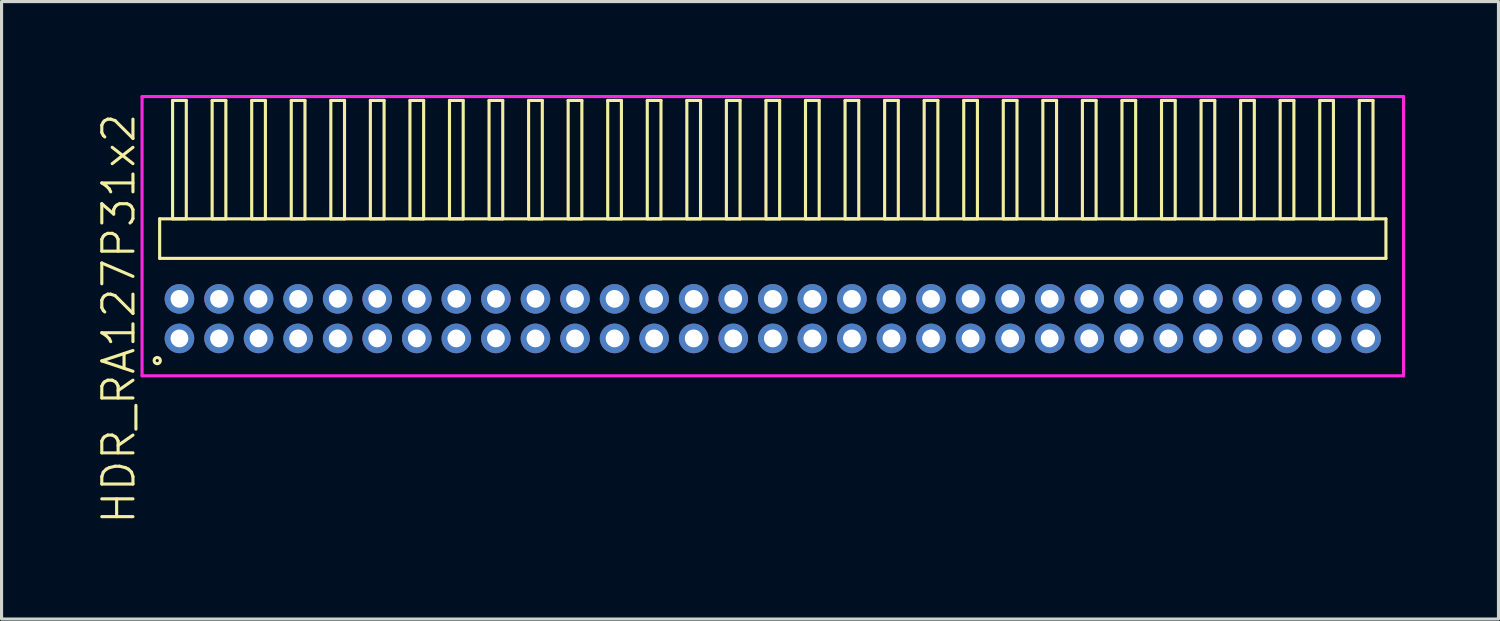
<source format=kicad_pcb>
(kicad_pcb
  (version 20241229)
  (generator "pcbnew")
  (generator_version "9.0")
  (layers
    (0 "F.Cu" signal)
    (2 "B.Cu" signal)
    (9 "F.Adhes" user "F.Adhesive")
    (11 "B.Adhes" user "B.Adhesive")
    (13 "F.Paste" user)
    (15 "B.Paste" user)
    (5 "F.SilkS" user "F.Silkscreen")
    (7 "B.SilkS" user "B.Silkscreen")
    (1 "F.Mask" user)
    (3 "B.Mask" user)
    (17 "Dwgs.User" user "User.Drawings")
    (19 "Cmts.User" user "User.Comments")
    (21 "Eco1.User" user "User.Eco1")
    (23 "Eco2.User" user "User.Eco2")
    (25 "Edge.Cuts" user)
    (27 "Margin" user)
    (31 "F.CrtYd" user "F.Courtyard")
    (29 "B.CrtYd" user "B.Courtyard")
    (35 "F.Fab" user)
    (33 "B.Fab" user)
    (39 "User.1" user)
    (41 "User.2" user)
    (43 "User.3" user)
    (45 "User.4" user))
  (footprint "HDR_RA127P31x2"
    (layer "F.Cu")
    (at 21.761 7.18)
    (property "Reference" "HDR_RA127P31x2" (at -21 0 90) (layer "F.SilkS") (effects (font (size 1 1) (thickness 0.1))))
    (attr through_hole)
    (fp_line (start -19.685 -3.205) (end -19.685 -1.935) (stroke (width 0.1) (type solid)) (layer "F.SilkS"))
    (fp_line (start -19.685 -1.935) (end 19.685 -1.935) (stroke (width 0.1) (type solid)) (layer "F.SilkS"))
    (fp_line (start -19.27 -7.005) (end -19.27 -3.205) (stroke (width 0.1) (type solid)) (layer "F.SilkS"))
    (fp_line (start -19.27 -3.205) (end -18.83 -3.205) (stroke (width 0.1) (type solid)) (layer "F.SilkS"))
    (fp_line (start -18.83 -7.005) (end -19.27 -7.005) (stroke (width 0.1) (type solid)) (layer "F.SilkS"))
    (fp_line (start -18.83 -3.205) (end -18.83 -7.005) (stroke (width 0.1) (type solid)) (layer "F.SilkS"))
    (fp_line (start -18 -7.005) (end -18 -3.205) (stroke (width 0.1) (type solid)) (layer "F.SilkS"))
    (fp_line (start -18 -3.205) (end -17.56 -3.205) (stroke (width 0.1) (type solid)) (layer "F.SilkS"))
    (fp_line (start -17.56 -7.005) (end -18 -7.005) (stroke (width 0.1) (type solid)) (layer "F.SilkS"))
    (fp_line (start -17.56 -3.205) (end -17.56 -7.005) (stroke (width 0.1) (type solid)) (layer "F.SilkS"))
    (fp_line (start -16.73 -7.005) (end -16.73 -3.205) (stroke (width 0.1) (type solid)) (layer "F.SilkS"))
    (fp_line (start -16.73 -3.205) (end -16.29 -3.205) (stroke (width 0.1) (type solid)) (layer "F.SilkS"))
    (fp_line (start -16.29 -7.005) (end -16.73 -7.005) (stroke (width 0.1) (type solid)) (layer "F.SilkS"))
    (fp_line (start -16.29 -3.205) (end -16.29 -7.005) (stroke (width 0.1) (type solid)) (layer "F.SilkS"))
    (fp_line (start -15.46 -7.005) (end -15.46 -3.205) (stroke (width 0.1) (type solid)) (layer "F.SilkS"))
    (fp_line (start -15.46 -3.205) (end -15.02 -3.205) (stroke (width 0.1) (type solid)) (layer "F.SilkS"))
    (fp_line (start -15.02 -7.005) (end -15.46 -7.005) (stroke (width 0.1) (type solid)) (layer "F.SilkS"))
    (fp_line (start -15.02 -3.205) (end -15.02 -7.005) (stroke (width 0.1) (type solid)) (layer "F.SilkS"))
    (fp_line (start -14.19 -7.005) (end -14.19 -3.205) (stroke (width 0.1) (type solid)) (layer "F.SilkS"))
    (fp_line (start -14.19 -3.205) (end -13.75 -3.205) (stroke (width 0.1) (type solid)) (layer "F.SilkS"))
    (fp_line (start -13.75 -7.005) (end -14.19 -7.005) (stroke (width 0.1) (type solid)) (layer "F.SilkS"))
    (fp_line (start -13.75 -3.205) (end -13.75 -7.005) (stroke (width 0.1) (type solid)) (layer "F.SilkS"))
    (fp_line (start -12.92 -7.005) (end -12.92 -3.205) (stroke (width 0.1) (type solid)) (layer "F.SilkS"))
    (fp_line (start -12.92 -3.205) (end -12.48 -3.205) (stroke (width 0.1) (type solid)) (layer "F.SilkS"))
    (fp_line (start -12.48 -7.005) (end -12.92 -7.005) (stroke (width 0.1) (type solid)) (layer "F.SilkS"))
    (fp_line (start -12.48 -3.205) (end -12.48 -7.005) (stroke (width 0.1) (type solid)) (layer "F.SilkS"))
    (fp_line (start -11.65 -7.005) (end -11.65 -3.205) (stroke (width 0.1) (type solid)) (layer "F.SilkS"))
    (fp_line (start -11.65 -3.205) (end -11.21 -3.205) (stroke (width 0.1) (type solid)) (layer "F.SilkS"))
    (fp_line (start -11.21 -7.005) (end -11.65 -7.005) (stroke (width 0.1) (type solid)) (layer "F.SilkS"))
    (fp_line (start -11.21 -3.205) (end -11.21 -7.005) (stroke (width 0.1) (type solid)) (layer "F.SilkS"))
    (fp_line (start -10.38 -7.005) (end -10.38 -3.205) (stroke (width 0.1) (type solid)) (layer "F.SilkS"))
    (fp_line (start -10.38 -3.205) (end -9.94 -3.205) (stroke (width 0.1) (type solid)) (layer "F.SilkS"))
    (fp_line (start -9.94 -7.005) (end -10.38 -7.005) (stroke (width 0.1) (type solid)) (layer "F.SilkS"))
    (fp_line (start -9.94 -3.205) (end -9.94 -7.005) (stroke (width 0.1) (type solid)) (layer "F.SilkS"))
    (fp_line (start -9.11 -7.005) (end -9.11 -3.205) (stroke (width 0.1) (type solid)) (layer "F.SilkS"))
    (fp_line (start -9.11 -3.205) (end -8.67 -3.205) (stroke (width 0.1) (type solid)) (layer "F.SilkS"))
    (fp_line (start -8.67 -7.005) (end -9.11 -7.005) (stroke (width 0.1) (type solid)) (layer "F.SilkS"))
    (fp_line (start -8.67 -3.205) (end -8.67 -7.005) (stroke (width 0.1) (type solid)) (layer "F.SilkS"))
    (fp_line (start -7.84 -7.005) (end -7.84 -3.205) (stroke (width 0.1) (type solid)) (layer "F.SilkS"))
    (fp_line (start -7.84 -3.205) (end -7.4 -3.205) (stroke (width 0.1) (type solid)) (layer "F.SilkS"))
    (fp_line (start -7.4 -7.005) (end -7.84 -7.005) (stroke (width 0.1) (type solid)) (layer "F.SilkS"))
    (fp_line (start -7.4 -3.205) (end -7.4 -7.005) (stroke (width 0.1) (type solid)) (layer "F.SilkS"))
    (fp_line (start -6.57 -7.005) (end -6.57 -3.205) (stroke (width 0.1) (type solid)) (layer "F.SilkS"))
    (fp_line (start -6.57 -3.205) (end -6.13 -3.205) (stroke (width 0.1) (type solid)) (layer "F.SilkS"))
    (fp_line (start -6.13 -7.005) (end -6.57 -7.005) (stroke (width 0.1) (type solid)) (layer "F.SilkS"))
    (fp_line (start -6.13 -3.205) (end -6.13 -7.005) (stroke (width 0.1) (type solid)) (layer "F.SilkS"))
    (fp_line (start -5.3 -7.005) (end -5.3 -3.205) (stroke (width 0.1) (type solid)) (layer "F.SilkS"))
    (fp_line (start -5.3 -3.205) (end -4.86 -3.205) (stroke (width 0.1) (type solid)) (layer "F.SilkS"))
    (fp_line (start -4.86 -7.005) (end -5.3 -7.005) (stroke (width 0.1) (type solid)) (layer "F.SilkS"))
    (fp_line (start -4.86 -3.205) (end -4.86 -7.005) (stroke (width 0.1) (type solid)) (layer "F.SilkS"))
    (fp_line (start -4.03 -7.005) (end -4.03 -3.205) (stroke (width 0.1) (type solid)) (layer "F.SilkS"))
    (fp_line (start -4.03 -3.205) (end -3.59 -3.205) (stroke (width 0.1) (type solid)) (layer "F.SilkS"))
    (fp_line (start -3.59 -7.005) (end -4.03 -7.005) (stroke (width 0.1) (type solid)) (layer "F.SilkS"))
    (fp_line (start -3.59 -3.205) (end -3.59 -7.005) (stroke (width 0.1) (type solid)) (layer "F.SilkS"))
    (fp_line (start -2.76 -7.005) (end -2.76 -3.205) (stroke (width 0.1) (type solid)) (layer "F.SilkS"))
    (fp_line (start -2.76 -3.205) (end -2.32 -3.205) (stroke (width 0.1) (type solid)) (layer "F.SilkS"))
    (fp_line (start -2.32 -7.005) (end -2.76 -7.005) (stroke (width 0.1) (type solid)) (layer "F.SilkS"))
    (fp_line (start -2.32 -3.205) (end -2.32 -7.005) (stroke (width 0.1) (type solid)) (layer "F.SilkS"))
    (fp_line (start -1.49 -7.005) (end -1.49 -3.205) (stroke (width 0.1) (type solid)) (layer "F.SilkS"))
    (fp_line (start -1.49 -3.205) (end -1.05 -3.205) (stroke (width 0.1) (type solid)) (layer "F.SilkS"))
    (fp_line (start -1.05 -7.005) (end -1.49 -7.005) (stroke (width 0.1) (type solid)) (layer "F.SilkS"))
    (fp_line (start -1.05 -3.205) (end -1.05 -7.005) (stroke (width 0.1) (type solid)) (layer "F.SilkS"))
    (fp_line (start -0.22 -7.005) (end -0.22 -3.205) (stroke (width 0.1) (type solid)) (layer "F.SilkS"))
    (fp_line (start -0.22 -3.205) (end 0.22 -3.205) (stroke (width 0.1) (type solid)) (layer "F.SilkS"))
    (fp_line (start 0.22 -7.005) (end -0.22 -7.005) (stroke (width 0.1) (type solid)) (layer "F.SilkS"))
    (fp_line (start 0.22 -3.205) (end 0.22 -7.005) (stroke (width 0.1) (type solid)) (layer "F.SilkS"))
    (fp_line (start 1.05 -7.005) (end 1.05 -3.205) (stroke (width 0.1) (type solid)) (layer "F.SilkS"))
    (fp_line (start 1.05 -3.205) (end 1.49 -3.205) (stroke (width 0.1) (type solid)) (layer "F.SilkS"))
    (fp_line (start 1.49 -7.005) (end 1.05 -7.005) (stroke (width 0.1) (type solid)) (layer "F.SilkS"))
    (fp_line (start 1.49 -3.205) (end 1.49 -7.005) (stroke (width 0.1) (type solid)) (layer "F.SilkS"))
    (fp_line (start 2.32 -7.005) (end 2.32 -3.205) (stroke (width 0.1) (type solid)) (layer "F.SilkS"))
    (fp_line (start 2.32 -3.205) (end 2.76 -3.205) (stroke (width 0.1) (type solid)) (layer "F.SilkS"))
    (fp_line (start 2.76 -7.005) (end 2.32 -7.005) (stroke (width 0.1) (type solid)) (layer "F.SilkS"))
    (fp_line (start 2.76 -3.205) (end 2.76 -7.005) (stroke (width 0.1) (type solid)) (layer "F.SilkS"))
    (fp_line (start 3.59 -7.005) (end 3.59 -3.205) (stroke (width 0.1) (type solid)) (layer "F.SilkS"))
    (fp_line (start 3.59 -3.205) (end 4.03 -3.205) (stroke (width 0.1) (type solid)) (layer "F.SilkS"))
    (fp_line (start 4.03 -7.005) (end 3.59 -7.005) (stroke (width 0.1) (type solid)) (layer "F.SilkS"))
    (fp_line (start 4.03 -3.205) (end 4.03 -7.005) (stroke (width 0.1) (type solid)) (layer "F.SilkS"))
    (fp_line (start 4.86 -7.005) (end 4.86 -3.205) (stroke (width 0.1) (type solid)) (layer "F.SilkS"))
    (fp_line (start 4.86 -3.205) (end 5.3 -3.205) (stroke (width 0.1) (type solid)) (layer "F.SilkS"))
    (fp_line (start 5.3 -7.005) (end 4.86 -7.005) (stroke (width 0.1) (type solid)) (layer "F.SilkS"))
    (fp_line (start 5.3 -3.205) (end 5.3 -7.005) (stroke (width 0.1) (type solid)) (layer "F.SilkS"))
    (fp_line (start 6.13 -7.005) (end 6.13 -3.205) (stroke (width 0.1) (type solid)) (layer "F.SilkS"))
    (fp_line (start 6.13 -3.205) (end 6.57 -3.205) (stroke (width 0.1) (type solid)) (layer "F.SilkS"))
    (fp_line (start 6.57 -7.005) (end 6.13 -7.005) (stroke (width 0.1) (type solid)) (layer "F.SilkS"))
    (fp_line (start 6.57 -3.205) (end 6.57 -7.005) (stroke (width 0.1) (type solid)) (layer "F.SilkS"))
    (fp_line (start 7.4 -7.005) (end 7.4 -3.205) (stroke (width 0.1) (type solid)) (layer "F.SilkS"))
    (fp_line (start 7.4 -3.205) (end 7.84 -3.205) (stroke (width 0.1) (type solid)) (layer "F.SilkS"))
    (fp_line (start 7.84 -7.005) (end 7.4 -7.005) (stroke (width 0.1) (type solid)) (layer "F.SilkS"))
    (fp_line (start 7.84 -3.205) (end 7.84 -7.005) (stroke (width 0.1) (type solid)) (layer "F.SilkS"))
    (fp_line (start 8.67 -7.005) (end 8.67 -3.205) (stroke (width 0.1) (type solid)) (layer "F.SilkS"))
    (fp_line (start 8.67 -3.205) (end 9.11 -3.205) (stroke (width 0.1) (type solid)) (layer "F.SilkS"))
    (fp_line (start 9.11 -7.005) (end 8.67 -7.005) (stroke (width 0.1) (type solid)) (layer "F.SilkS"))
    (fp_line (start 9.11 -3.205) (end 9.11 -7.005) (stroke (width 0.1) (type solid)) (layer "F.SilkS"))
    (fp_line (start 9.94 -7.005) (end 9.94 -3.205) (stroke (width 0.1) (type solid)) (layer "F.SilkS"))
    (fp_line (start 9.94 -3.205) (end 10.38 -3.205) (stroke (width 0.1) (type solid)) (layer "F.SilkS"))
    (fp_line (start 10.38 -7.005) (end 9.94 -7.005) (stroke (width 0.1) (type solid)) (layer "F.SilkS"))
    (fp_line (start 10.38 -3.205) (end 10.38 -7.005) (stroke (width 0.1) (type solid)) (layer "F.SilkS"))
    (fp_line (start 11.21 -7.005) (end 11.21 -3.205) (stroke (width 0.1) (type solid)) (layer "F.SilkS"))
    (fp_line (start 11.21 -3.205) (end 11.65 -3.205) (stroke (width 0.1) (type solid)) (layer "F.SilkS"))
    (fp_line (start 11.65 -7.005) (end 11.21 -7.005) (stroke (width 0.1) (type solid)) (layer "F.SilkS"))
    (fp_line (start 11.65 -3.205) (end 11.65 -7.005) (stroke (width 0.1) (type solid)) (layer "F.SilkS"))
    (fp_line (start 12.48 -7.005) (end 12.48 -3.205) (stroke (width 0.1) (type solid)) (layer "F.SilkS"))
    (fp_line (start 12.48 -3.205) (end 12.92 -3.205) (stroke (width 0.1) (type solid)) (layer "F.SilkS"))
    (fp_line (start 12.92 -7.005) (end 12.48 -7.005) (stroke (width 0.1) (type solid)) (layer "F.SilkS"))
    (fp_line (start 12.92 -3.205) (end 12.92 -7.005) (stroke (width 0.1) (type solid)) (layer "F.SilkS"))
    (fp_line (start 13.75 -7.005) (end 13.75 -3.205) (stroke (width 0.1) (type solid)) (layer "F.SilkS"))
    (fp_line (start 13.75 -3.205) (end 14.19 -3.205) (stroke (width 0.1) (type solid)) (layer "F.SilkS"))
    (fp_line (start 14.19 -7.005) (end 13.75 -7.005) (stroke (width 0.1) (type solid)) (layer "F.SilkS"))
    (fp_line (start 14.19 -3.205) (end 14.19 -7.005) (stroke (width 0.1) (type solid)) (layer "F.SilkS"))
    (fp_line (start 15.02 -7.005) (end 15.02 -3.205) (stroke (width 0.1) (type solid)) (layer "F.SilkS"))
    (fp_line (start 15.02 -3.205) (end 15.46 -3.205) (stroke (width 0.1) (type solid)) (layer "F.SilkS"))
    (fp_line (start 15.46 -7.005) (end 15.02 -7.005) (stroke (width 0.1) (type solid)) (layer "F.SilkS"))
    (fp_line (start 15.46 -3.205) (end 15.46 -7.005) (stroke (width 0.1) (type solid)) (layer "F.SilkS"))
    (fp_line (start 16.29 -7.005) (end 16.29 -3.205) (stroke (width 0.1) (type solid)) (layer "F.SilkS"))
    (fp_line (start 16.29 -3.205) (end 16.73 -3.205) (stroke (width 0.1) (type solid)) (layer "F.SilkS"))
    (fp_line (start 16.73 -7.005) (end 16.29 -7.005) (stroke (width 0.1) (type solid)) (layer "F.SilkS"))
    (fp_line (start 16.73 -3.205) (end 16.73 -7.005) (stroke (width 0.1) (type solid)) (layer "F.SilkS"))
    (fp_line (start 17.56 -7.005) (end 17.56 -3.205) (stroke (width 0.1) (type solid)) (layer "F.SilkS"))
    (fp_line (start 17.56 -3.205) (end 18 -3.205) (stroke (width 0.1) (type solid)) (layer "F.SilkS"))
    (fp_line (start 18 -7.005) (end 17.56 -7.005) (stroke (width 0.1) (type solid)) (layer "F.SilkS"))
    (fp_line (start 18 -3.205) (end 18 -7.005) (stroke (width 0.1) (type solid)) (layer "F.SilkS"))
    (fp_line (start 18.83 -7.005) (end 18.83 -3.205) (stroke (width 0.1) (type solid)) (layer "F.SilkS"))
    (fp_line (start 18.83 -3.205) (end 19.27 -3.205) (stroke (width 0.1) (type solid)) (layer "F.SilkS"))
    (fp_line (start 19.27 -7.005) (end 18.83 -7.005) (stroke (width 0.1) (type solid)) (layer "F.SilkS"))
    (fp_line (start 19.27 -3.205) (end 19.27 -7.005) (stroke (width 0.1) (type solid)) (layer "F.SilkS"))
    (fp_line (start 19.685 -3.205) (end -19.685 -3.205) (stroke (width 0.1) (type solid)) (layer "F.SilkS"))
    (fp_line (start 19.685 -1.935) (end 19.685 -3.205) (stroke (width 0.1) (type solid)) (layer "F.SilkS"))
    (fp_circle (center -19.763 1.347) (end -19.663 1.347) (stroke (width 0.1) (type solid)) (fill no) (layer "F.SilkS"))
    (fp_line (start -20.25 -7.13) (end -20.25 1.835) (stroke (width 0.1) (type solid)) (layer "F.CrtYd"))
    (fp_line (start -20.25 1.835) (end 20.25 1.835) (stroke (width 0.1) (type solid)) (layer "F.CrtYd"))
    (fp_line (start 20.25 -7.13) (end -20.25 -7.13) (stroke (width 0.1) (type solid)) (layer "F.CrtYd"))
    (fp_line (start 20.25 1.835) (end 20.25 -7.13) (stroke (width 0.1) (type solid)) (layer "F.CrtYd"))
    (pad "1" thru_hole oval (at -19.05 0.635) (size 0.95 0.95) (drill 0.57) (layers "*.Cu" "*.Mask"))
    (pad "2" thru_hole oval (at -19.05 -0.635) (size 0.95 0.95) (drill 0.57) (layers "*.Cu" "*.Mask"))
    (pad "3" thru_hole oval (at -17.78 0.635) (size 0.95 0.95) (drill 0.57) (layers "*.Cu" "*.Mask"))
    (pad "4" thru_hole oval (at -17.78 -0.635) (size 0.95 0.95) (drill 0.57) (layers "*.Cu" "*.Mask"))
    (pad "5" thru_hole oval (at -16.51 0.635) (size 0.95 0.95) (drill 0.57) (layers "*.Cu" "*.Mask"))
    (pad "6" thru_hole oval (at -16.51 -0.635) (size 0.95 0.95) (drill 0.57) (layers "*.Cu" "*.Mask"))
    (pad "7" thru_hole oval (at -15.24 0.635) (size 0.95 0.95) (drill 0.57) (layers "*.Cu" "*.Mask"))
    (pad "8" thru_hole oval (at -15.24 -0.635) (size 0.95 0.95) (drill 0.57) (layers "*.Cu" "*.Mask"))
    (pad "9" thru_hole oval (at -13.97 0.635) (size 0.95 0.95) (drill 0.57) (layers "*.Cu" "*.Mask"))
    (pad "10" thru_hole oval (at -13.97 -0.635) (size 0.95 0.95) (drill 0.57) (layers "*.Cu" "*.Mask"))
    (pad "11" thru_hole oval (at -12.7 0.635) (size 0.95 0.95) (drill 0.57) (layers "*.Cu" "*.Mask"))
    (pad "12" thru_hole oval (at -12.7 -0.635) (size 0.95 0.95) (drill 0.57) (layers "*.Cu" "*.Mask"))
    (pad "13" thru_hole oval (at -11.43 0.635) (size 0.95 0.95) (drill 0.57) (layers "*.Cu" "*.Mask"))
    (pad "14" thru_hole oval (at -11.43 -0.635) (size 0.95 0.95) (drill 0.57) (layers "*.Cu" "*.Mask"))
    (pad "15" thru_hole oval (at -10.16 0.635) (size 0.95 0.95) (drill 0.57) (layers "*.Cu" "*.Mask"))
    (pad "16" thru_hole oval (at -10.16 -0.635) (size 0.95 0.95) (drill 0.57) (layers "*.Cu" "*.Mask"))
    (pad "17" thru_hole oval (at -8.89 0.635) (size 0.95 0.95) (drill 0.57) (layers "*.Cu" "*.Mask"))
    (pad "18" thru_hole oval (at -8.89 -0.635) (size 0.95 0.95) (drill 0.57) (layers "*.Cu" "*.Mask"))
    (pad "19" thru_hole oval (at -7.62 0.635) (size 0.95 0.95) (drill 0.57) (layers "*.Cu" "*.Mask"))
    (pad "20" thru_hole oval (at -7.62 -0.635) (size 0.95 0.95) (drill 0.57) (layers "*.Cu" "*.Mask"))
    (pad "21" thru_hole oval (at -6.35 0.635) (size 0.95 0.95) (drill 0.57) (layers "*.Cu" "*.Mask"))
    (pad "22" thru_hole oval (at -6.35 -0.635) (size 0.95 0.95) (drill 0.57) (layers "*.Cu" "*.Mask"))
    (pad "23" thru_hole oval (at -5.08 0.635) (size 0.95 0.95) (drill 0.57) (layers "*.Cu" "*.Mask"))
    (pad "24" thru_hole oval (at -5.08 -0.635) (size 0.95 0.95) (drill 0.57) (layers "*.Cu" "*.Mask"))
    (pad "25" thru_hole oval (at -3.81 0.635) (size 0.95 0.95) (drill 0.57) (layers "*.Cu" "*.Mask"))
    (pad "26" thru_hole oval (at -3.81 -0.635) (size 0.95 0.95) (drill 0.57) (layers "*.Cu" "*.Mask"))
    (pad "27" thru_hole oval (at -2.54 0.635) (size 0.95 0.95) (drill 0.57) (layers "*.Cu" "*.Mask"))
    (pad "28" thru_hole oval (at -2.54 -0.635) (size 0.95 0.95) (drill 0.57) (layers "*.Cu" "*.Mask"))
    (pad "29" thru_hole oval (at -1.27 0.635) (size 0.95 0.95) (drill 0.57) (layers "*.Cu" "*.Mask"))
    (pad "30" thru_hole oval (at -1.27 -0.635) (size 0.95 0.95) (drill 0.57) (layers "*.Cu" "*.Mask"))
    (pad "31" thru_hole oval (at 0 0.635) (size 0.95 0.95) (drill 0.57) (layers "*.Cu" "*.Mask"))
    (pad "32" thru_hole oval (at 0 -0.635) (size 0.95 0.95) (drill 0.57) (layers "*.Cu" "*.Mask"))
    (pad "33" thru_hole oval (at 1.27 0.635) (size 0.95 0.95) (drill 0.57) (layers "*.Cu" "*.Mask"))
    (pad "34" thru_hole oval (at 1.27 -0.635) (size 0.95 0.95) (drill 0.57) (layers "*.Cu" "*.Mask"))
    (pad "35" thru_hole oval (at 2.54 0.635) (size 0.95 0.95) (drill 0.57) (layers "*.Cu" "*.Mask"))
    (pad "36" thru_hole oval (at 2.54 -0.635) (size 0.95 0.95) (drill 0.57) (layers "*.Cu" "*.Mask"))
    (pad "37" thru_hole oval (at 3.81 0.635) (size 0.95 0.95) (drill 0.57) (layers "*.Cu" "*.Mask"))
    (pad "38" thru_hole oval (at 3.81 -0.635) (size 0.95 0.95) (drill 0.57) (layers "*.Cu" "*.Mask"))
    (pad "39" thru_hole oval (at 5.08 0.635) (size 0.95 0.95) (drill 0.57) (layers "*.Cu" "*.Mask"))
    (pad "40" thru_hole oval (at 5.08 -0.635) (size 0.95 0.95) (drill 0.57) (layers "*.Cu" "*.Mask"))
    (pad "41" thru_hole oval (at 6.35 0.635) (size 0.95 0.95) (drill 0.57) (layers "*.Cu" "*.Mask"))
    (pad "42" thru_hole oval (at 6.35 -0.635) (size 0.95 0.95) (drill 0.57) (layers "*.Cu" "*.Mask"))
    (pad "43" thru_hole oval (at 7.62 0.635) (size 0.95 0.95) (drill 0.57) (layers "*.Cu" "*.Mask"))
    (pad "44" thru_hole oval (at 7.62 -0.635) (size 0.95 0.95) (drill 0.57) (layers "*.Cu" "*.Mask"))
    (pad "45" thru_hole oval (at 8.89 0.635) (size 0.95 0.95) (drill 0.57) (layers "*.Cu" "*.Mask"))
    (pad "46" thru_hole oval (at 8.89 -0.635) (size 0.95 0.95) (drill 0.57) (layers "*.Cu" "*.Mask"))
    (pad "47" thru_hole oval (at 10.16 0.635) (size 0.95 0.95) (drill 0.57) (layers "*.Cu" "*.Mask"))
    (pad "48" thru_hole oval (at 10.16 -0.635) (size 0.95 0.95) (drill 0.57) (layers "*.Cu" "*.Mask"))
    (pad "49" thru_hole oval (at 11.43 0.635) (size 0.95 0.95) (drill 0.57) (layers "*.Cu" "*.Mask"))
    (pad "50" thru_hole oval (at 11.43 -0.635) (size 0.95 0.95) (drill 0.57) (layers "*.Cu" "*.Mask"))
    (pad "51" thru_hole oval (at 12.7 0.635) (size 0.95 0.95) (drill 0.57) (layers "*.Cu" "*.Mask"))
    (pad "52" thru_hole oval (at 12.7 -0.635) (size 0.95 0.95) (drill 0.57) (layers "*.Cu" "*.Mask"))
    (pad "53" thru_hole oval (at 13.97 0.635) (size 0.95 0.95) (drill 0.57) (layers "*.Cu" "*.Mask"))
    (pad "54" thru_hole oval (at 13.97 -0.635) (size 0.95 0.95) (drill 0.57) (layers "*.Cu" "*.Mask"))
    (pad "55" thru_hole oval (at 15.24 0.635) (size 0.95 0.95) (drill 0.57) (layers "*.Cu" "*.Mask"))
    (pad "56" thru_hole oval (at 15.24 -0.635) (size 0.95 0.95) (drill 0.57) (layers "*.Cu" "*.Mask"))
    (pad "57" thru_hole oval (at 16.51 0.635) (size 0.95 0.95) (drill 0.57) (layers "*.Cu" "*.Mask"))
    (pad "58" thru_hole oval (at 16.51 -0.635) (size 0.95 0.95) (drill 0.57) (layers "*.Cu" "*.Mask"))
    (pad "59" thru_hole oval (at 17.78 0.635) (size 0.95 0.95) (drill 0.57) (layers "*.Cu" "*.Mask"))
    (pad "60" thru_hole oval (at 17.78 -0.635) (size 0.95 0.95) (drill 0.57) (layers "*.Cu" "*.Mask"))
    (pad "61" thru_hole oval (at 19.05 0.635) (size 0.95 0.95) (drill 0.57) (layers "*.Cu" "*.Mask"))
    (pad "62" thru_hole oval (at 19.05 -0.635) (size 0.95 0.95) (drill 0.57) (layers "*.Cu" "*.Mask")))
  (gr_rect
    (start -3 -3)
    (end 45.06 16.825)
    (stroke (width 0.1) (type default))
    (fill no)
    (layer "Edge.Cuts")))
</source>
